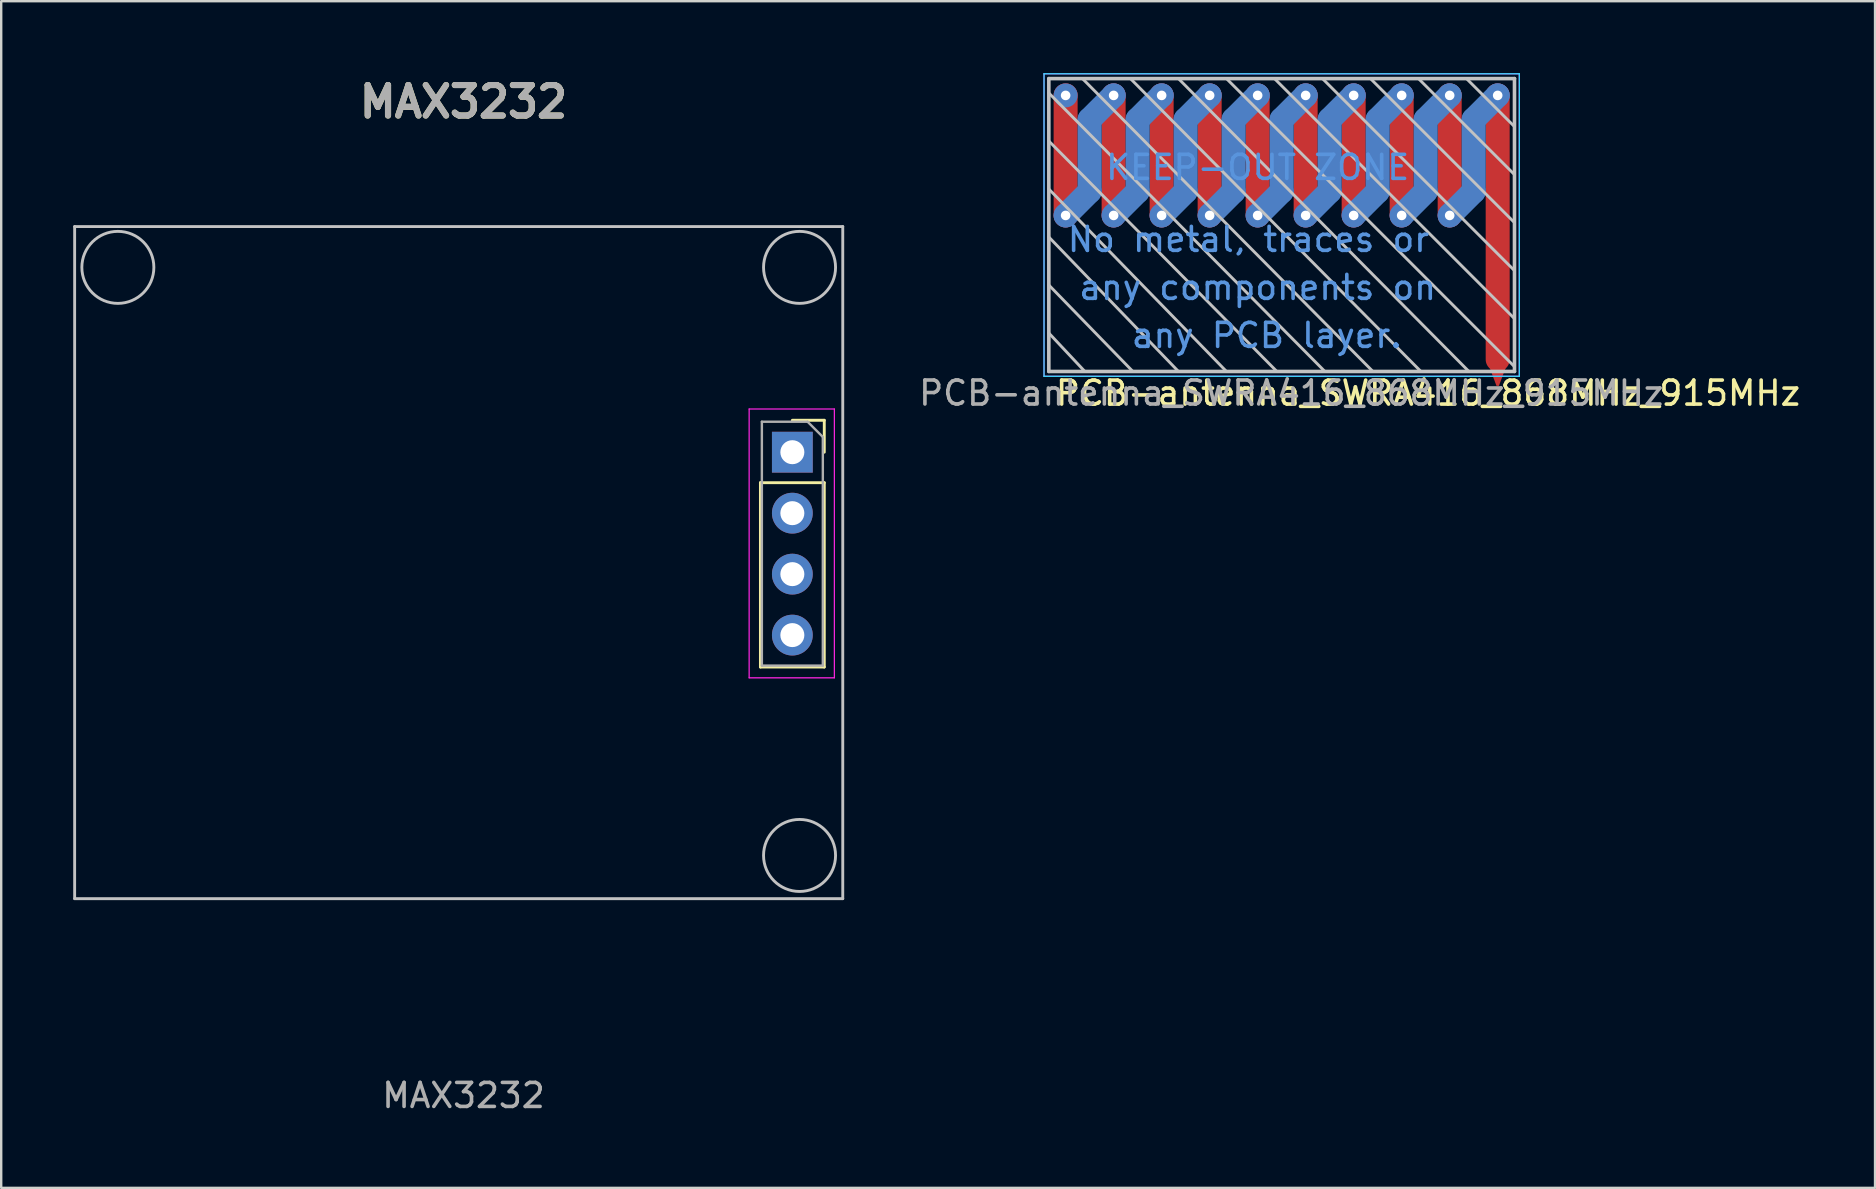
<source format=kicad_pcb>
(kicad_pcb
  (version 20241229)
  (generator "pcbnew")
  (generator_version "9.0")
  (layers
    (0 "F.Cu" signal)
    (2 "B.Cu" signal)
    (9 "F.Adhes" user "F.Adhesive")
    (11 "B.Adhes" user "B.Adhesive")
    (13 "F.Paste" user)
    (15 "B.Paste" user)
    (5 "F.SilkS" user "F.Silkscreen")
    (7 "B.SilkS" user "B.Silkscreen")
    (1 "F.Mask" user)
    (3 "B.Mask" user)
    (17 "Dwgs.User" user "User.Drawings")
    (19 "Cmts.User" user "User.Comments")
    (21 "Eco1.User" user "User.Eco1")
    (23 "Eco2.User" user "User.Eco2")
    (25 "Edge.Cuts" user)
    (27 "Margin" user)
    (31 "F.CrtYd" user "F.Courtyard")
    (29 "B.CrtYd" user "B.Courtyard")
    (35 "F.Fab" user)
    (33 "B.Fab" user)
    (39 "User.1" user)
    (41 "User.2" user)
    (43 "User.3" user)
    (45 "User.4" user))
  (footprint "PCB-antenna_SWRA416_868MHz_915MHz"
    (layer "F.Cu")
    (at 50.345 6.725)
    (property "Reference" "PCB-antenna_SWRA416_868MHz_915MHz" (at 6.096 6.604 0) (layer "F.SilkS") (effects (font (size 1 1) (thickness 0.15))))
    (attr through_hole)
    (fp_line (start -9 -5.8) (end -9 -0.8) (stroke (width 1) (type solid)) (layer "F.Cu"))
    (fp_line (start -7 -5.8) (end -7 -0.8) (stroke (width 1) (type solid)) (layer "F.Cu"))
    (fp_line (start -5 -5.8) (end -5 -0.8) (stroke (width 1) (type solid)) (layer "F.Cu"))
    (fp_line (start -3 -5.8) (end -3 -0.8) (stroke (width 1) (type solid)) (layer "F.Cu"))
    (fp_line (start -1 -5.8) (end -1 -0.8) (stroke (width 1) (type solid)) (layer "F.Cu"))
    (fp_line (start 1 -5.8) (end 1 -0.8) (stroke (width 1) (type solid)) (layer "F.Cu"))
    (fp_line (start 3 -5.8) (end 3 -0.8) (stroke (width 1) (type solid)) (layer "F.Cu"))
    (fp_line (start 5 -5.8) (end 5 -0.8) (stroke (width 1) (type solid)) (layer "F.Cu"))
    (fp_line (start 7 -5.8) (end 7 -0.8) (stroke (width 1) (type solid)) (layer "F.Cu"))
    (fp_line (start 9 5.2) (end 9 -5.8) (stroke (width 1) (type solid)) (layer "F.Cu"))
    (fp_line (start -8 -4.8) (end -8 -1.8) (stroke (width 1) (type solid)) (layer "B.Cu"))
    (fp_line (start -8 -1.8) (end -9 -0.8) (stroke (width 1) (type solid)) (layer "B.Cu"))
    (fp_line (start -7 -5.8) (end -8 -4.8) (stroke (width 1) (type solid)) (layer "B.Cu"))
    (fp_line (start -6 -4.8) (end -6 -1.8) (stroke (width 1) (type solid)) (layer "B.Cu"))
    (fp_line (start -6 -1.8) (end -7 -0.8) (stroke (width 1) (type solid)) (layer "B.Cu"))
    (fp_line (start -5 -5.8) (end -6 -4.8) (stroke (width 1) (type solid)) (layer "B.Cu"))
    (fp_line (start -4 -4.8) (end -4 -1.8) (stroke (width 1) (type solid)) (layer "B.Cu"))
    (fp_line (start -4 -1.8) (end -5 -0.8) (stroke (width 1) (type solid)) (layer "B.Cu"))
    (fp_line (start -3 -5.8) (end -4 -4.8) (stroke (width 1) (type solid)) (layer "B.Cu"))
    (fp_line (start -2 -4.8) (end -2 -1.8) (stroke (width 1) (type solid)) (layer "B.Cu"))
    (fp_line (start -2 -1.8) (end -3 -0.8) (stroke (width 1) (type solid)) (layer "B.Cu"))
    (fp_line (start -1 -5.8) (end -2 -4.8) (stroke (width 1) (type solid)) (layer "B.Cu"))
    (fp_line (start 0 -4.8) (end 0 -1.8) (stroke (width 1) (type solid)) (layer "B.Cu"))
    (fp_line (start 0 -1.8) (end -1 -0.8) (stroke (width 1) (type solid)) (layer "B.Cu"))
    (fp_line (start 1 -5.8) (end 0 -4.8) (stroke (width 1) (type solid)) (layer "B.Cu"))
    (fp_line (start 2 -4.8) (end 2 -1.8) (stroke (width 1) (type solid)) (layer "B.Cu"))
    (fp_line (start 2 -1.8) (end 1 -0.8) (stroke (width 1) (type solid)) (layer "B.Cu"))
    (fp_line (start 3 -5.8) (end 2 -4.8) (stroke (width 1) (type solid)) (layer "B.Cu"))
    (fp_line (start 4 -4.8) (end 4 -1.8) (stroke (width 1) (type solid)) (layer "B.Cu"))
    (fp_line (start 4 -1.8) (end 3 -0.8) (stroke (width 1) (type solid)) (layer "B.Cu"))
    (fp_line (start 5 -5.8) (end 4 -4.8) (stroke (width 1) (type solid)) (layer "B.Cu"))
    (fp_line (start 6 -4.8) (end 6 -1.8) (stroke (width 1) (type solid)) (layer "B.Cu"))
    (fp_line (start 6 -1.8) (end 5 -0.8) (stroke (width 1) (type solid)) (layer "B.Cu"))
    (fp_line (start 7 -5.8) (end 6 -4.8) (stroke (width 1) (type solid)) (layer "B.Cu"))
    (fp_line (start 8 -4.8) (end 8 -1.8) (stroke (width 1) (type solid)) (layer "B.Cu"))
    (fp_line (start 8 -1.8) (end 7 -0.8) (stroke (width 1) (type solid)) (layer "B.Cu"))
    (fp_line (start 9 -5.8) (end 8 -4.8) (stroke (width 1) (type solid)) (layer "B.Cu"))
    (fp_line (start -9.7 -6.5) (end 9.7 -6.5) (stroke (width 0.15) (type solid)) (layer "Dwgs.User"))
    (fp_line (start -9.7 -5.9) (end 1.8 5.7) (stroke (width 0.12) (type solid)) (layer "Dwgs.User"))
    (fp_line (start -9.7 -3.9) (end -0.2 5.7) (stroke (width 0.12) (type solid)) (layer "Dwgs.User"))
    (fp_line (start -9.7 -1.9) (end -2.3 5.7) (stroke (width 0.12) (type solid)) (layer "Dwgs.User"))
    (fp_line (start -9.7 0.1) (end -4.3 5.7) (stroke (width 0.12) (type solid)) (layer "Dwgs.User"))
    (fp_line (start -9.7 2.1) (end -6.2 5.7) (stroke (width 0.12) (type solid)) (layer "Dwgs.User"))
    (fp_line (start -9.7 4.1) (end -8.2 5.7) (stroke (width 0.12) (type solid)) (layer "Dwgs.User"))
    (fp_line (start -9.7 5.7) (end -9.7 -6.5) (stroke (width 0.15) (type solid)) (layer "Dwgs.User"))
    (fp_line (start -8.3 -6.5) (end 3.8 5.7) (stroke (width 0.12) (type solid)) (layer "Dwgs.User"))
    (fp_line (start -6.3 -6.5) (end 5.8 5.7) (stroke (width 0.12) (type solid)) (layer "Dwgs.User"))
    (fp_line (start -4.3 -6.5) (end 7.8 5.7) (stroke (width 0.12) (type solid)) (layer "Dwgs.User"))
    (fp_line (start 9.7 -6.5) (end 9.7 5.7) (stroke (width 0.15) (type solid)) (layer "Dwgs.User"))
    (fp_line (start 9.7 -4.5) (end 7.7 -6.5) (stroke (width 0.12) (type solid)) (layer "Dwgs.User"))
    (fp_line (start 9.7 -2.5) (end 5.7 -6.5) (stroke (width 0.12) (type solid)) (layer "Dwgs.User"))
    (fp_line (start 9.7 -0.5) (end 3.7 -6.5) (stroke (width 0.12) (type solid)) (layer "Dwgs.User"))
    (fp_line (start 9.7 1.5) (end 1.7 -6.5) (stroke (width 0.12) (type solid)) (layer "Dwgs.User"))
    (fp_line (start 9.7 3.5) (end -0.3 -6.5) (stroke (width 0.12) (type solid)) (layer "Dwgs.User"))
    (fp_line (start 9.7 5.5) (end -2.3 -6.5) (stroke (width 0.12) (type solid)) (layer "Dwgs.User"))
    (fp_line (start 9.7 5.7) (end -9.7 5.7) (stroke (width 0.15) (type solid)) (layer "Dwgs.User"))
    (fp_line (start -9.9 -6.7) (end 9.9 -6.7) (stroke (width 0.05) (type solid)) (layer "B.CrtYd"))
    (fp_line (start -9.9 5.9) (end -9.9 -6.7) (stroke (width 0.05) (type solid)) (layer "B.CrtYd"))
    (fp_line (start 9.9 -6.7) (end 9.9 5.9) (stroke (width 0.05) (type solid)) (layer "B.CrtYd"))
    (fp_line (start 9.9 5.9) (end -9.9 5.9) (stroke (width 0.05) (type solid)) (layer "B.CrtYd"))
    (fp_line (start -9.9 -6.7) (end 9.9 -6.7) (stroke (width 0.05) (type solid)) (layer "F.CrtYd"))
    (fp_line (start -9.9 5.9) (end -9.9 -6.7) (stroke (width 0.05) (type solid)) (layer "F.CrtYd"))
    (fp_line (start 9.9 -6.7) (end 9.9 5.9) (stroke (width 0.05) (type solid)) (layer "F.CrtYd"))
    (fp_line (start 9.9 5.9) (end -9.9 5.9) (stroke (width 0.05) (type solid)) (layer "F.CrtYd"))
    (fp_text user "No metal, traces or " (at -1 0.2 0) (layer "Cmts.User") (effects (font (size 1 1) (thickness 0.15))))
    (fp_text user " any PCB layer." (at -1 4.2 0) (layer "Cmts.User") (effects (font (size 1 1) (thickness 0.15))))
    (fp_text user "any components on" (at -1 2.2 0) (layer "Cmts.User") (effects (font (size 1 1) (thickness 0.15))))
    (fp_text user "KEEP-OUT ZONE" (at -1 -2.8 0) (layer "Cmts.User") (effects (font (size 1 1) (thickness 0.15))))
    (fp_text user "${REFERENCE}" (at 0.4 6.6 0) (layer "F.Fab") (effects (font (size 1 1) (thickness 0.15))))
    (pad "" thru_hole circle (at -9 -5.8 180) (size 1 1) (drill 0.4) (layers "*.Cu"))
    (pad "" thru_hole circle (at -9 -0.8 180) (size 1 1) (drill 0.4) (layers "*.Cu"))
    (pad "" thru_hole circle (at -7 -5.8 180) (size 1 1) (drill 0.4) (layers "*.Cu"))
    (pad "" thru_hole circle (at -7 -0.8 180) (size 1 1) (drill 0.4) (layers "*.Cu"))
    (pad "" thru_hole circle (at -5 -5.8 180) (size 1 1) (drill 0.4) (layers "*.Cu"))
    (pad "" thru_hole circle (at -5 -0.8 180) (size 1 1) (drill 0.4) (layers "*.Cu"))
    (pad "" thru_hole circle (at -3 -5.8 180) (size 1 1) (drill 0.4) (layers "*.Cu"))
    (pad "" thru_hole circle (at -3 -0.8 180) (size 1 1) (drill 0.4) (layers "*.Cu"))
    (pad "" thru_hole circle (at -1 -5.8 180) (size 1 1) (drill 0.4) (layers "*.Cu"))
    (pad "" thru_hole circle (at -1 -0.8 180) (size 1 1) (drill 0.4) (layers "*.Cu"))
    (pad "" thru_hole circle (at 1 -5.8 180) (size 1 1) (drill 0.4) (layers "*.Cu"))
    (pad "" thru_hole circle (at 1 -0.8 180) (size 1 1) (drill 0.4) (layers "*.Cu"))
    (pad "" thru_hole circle (at 3 -5.8 180) (size 1 1) (drill 0.4) (layers "*.Cu"))
    (pad "" thru_hole circle (at 3 -0.8 180) (size 1 1) (drill 0.4) (layers "*.Cu"))
    (pad "" thru_hole circle (at 5 -5.8 180) (size 1 1) (drill 0.4) (layers "*.Cu"))
    (pad "" thru_hole circle (at 5 -0.8 180) (size 1 1) (drill 0.4) (layers "*.Cu"))
    (pad "" thru_hole circle (at 7 -5.8 180) (size 1 1) (drill 0.4) (layers "*.Cu"))
    (pad "" thru_hole circle (at 7 -0.8 180) (size 1 1) (drill 0.4) (layers "*.Cu"))
    (pad "" thru_hole circle (at 9 -5.8 180) (size 1 1) (drill 0.4) (layers "*.Cu"))
    (pad "1" smd trapezoid (at 9 5.9 180) (size 0.4 0.8) (rect_delta 0 0.3) (layers "F.Cu")))
  (footprint "MAX3232"
    (layer "F.Cu")
    (at 16.26 21.989)
    (property "Reference" "MAX3232" (at 0 -20.8 0) (layer "F.SilkS") (effects (font (size 1.27 1.27) (thickness 0.254))))
    (attr smd)
    (fp_line (start 12.37 -4.93) (end 12.37 2.75) (stroke (width 0.12) (type solid)) (layer "F.SilkS"))
    (fp_line (start 12.37 -4.93) (end 15.03 -4.93) (stroke (width 0.12) (type solid)) (layer "F.SilkS"))
    (fp_line (start 12.37 2.75) (end 15.03 2.75) (stroke (width 0.12) (type solid)) (layer "F.SilkS"))
    (fp_line (start 13.7 -7.53) (end 15.03 -7.53) (stroke (width 0.12) (type solid)) (layer "F.SilkS"))
    (fp_line (start 15.03 -7.53) (end 15.03 -6.2) (stroke (width 0.12) (type solid)) (layer "F.SilkS"))
    (fp_line (start 15.03 -4.93) (end 15.03 2.75) (stroke (width 0.12) (type solid)) (layer "F.SilkS"))
    (fp_line (start -16.2 -15.6) (end -16.2 12.4) (stroke (width 0.12) (type solid)) (layer "Dwgs.User"))
    (fp_line (start 15.8 -15.6) (end -16.2 -15.6) (stroke (width 0.12) (type solid)) (layer "Dwgs.User"))
    (fp_line (start 15.8 -15.6) (end 15.8 12.4) (stroke (width 0.12) (type solid)) (layer "Dwgs.User"))
    (fp_line (start 15.8 12.4) (end -16.2 12.4) (stroke (width 0.12) (type solid)) (layer "Dwgs.User"))
    (fp_circle (center -14.4 -13.9) (end -12.9 -13.9) (stroke (width 0.12) (type solid)) (fill no) (layer "Dwgs.User"))
    (fp_circle (center 14 -13.9) (end 15.5 -13.9) (stroke (width 0.12) (type solid)) (fill no) (layer "Dwgs.User"))
    (fp_circle (center 14 10.6) (end 15.5 10.6) (stroke (width 0.12) (type solid)) (fill no) (layer "Dwgs.User"))
    (fp_line (start 11.9 -8) (end 15.45 -8) (stroke (width 0.05) (type solid)) (layer "F.CrtYd"))
    (fp_line (start 11.9 3.2) (end 11.9 -8) (stroke (width 0.05) (type solid)) (layer "F.CrtYd"))
    (fp_line (start 15.45 -8) (end 15.45 3.2) (stroke (width 0.05) (type solid)) (layer "F.CrtYd"))
    (fp_line (start 15.45 3.2) (end 11.9 3.2) (stroke (width 0.05) (type solid)) (layer "F.CrtYd"))
    (fp_line (start 12.43 -7.47) (end 14.335 -7.47) (stroke (width 0.1) (type solid)) (layer "F.Fab"))
    (fp_line (start 12.43 2.69) (end 12.43 -7.47) (stroke (width 0.1) (type solid)) (layer "F.Fab"))
    (fp_line (start 14.335 -7.47) (end 14.97 -6.835) (stroke (width 0.1) (type solid)) (layer "F.Fab"))
    (fp_line (start 14.97 -6.835) (end 14.97 2.69) (stroke (width 0.1) (type solid)) (layer "F.Fab"))
    (fp_line (start 14.97 2.69) (end 12.43 2.69) (stroke (width 0.1) (type solid)) (layer "F.Fab"))
    (fp_text user "${REFERENCE}" (at 0 -20.8 0) (layer "F.Fab") (effects (font (size 1.27 1.27) (thickness 0.254))))
    (fp_text user "${REFERENCE}" (at 0 20.6 180) (layer "F.Fab") (effects (font (size 1 1) (thickness 0.15))))
    (pad "Gnd" thru_hole oval (at 13.7 1.42) (size 1.7 1.7) (drill 1) (layers "*.Cu" "*.Mask"))
    (pad "Rx" thru_hole oval (at 13.7 -3.66) (size 1.7 1.7) (drill 1) (layers "*.Cu" "*.Mask"))
    (pad "Tx" thru_hole oval (at 13.7 -1.12) (size 1.7 1.7) (drill 1) (layers "*.Cu" "*.Mask"))
    (pad "VCC" thru_hole rect (at 13.7 -6.2) (size 1.7 1.7) (drill 1) (layers "*.Cu" "*.Mask")))
  (gr_rect
    (start -3 -3)
    (end 75.066 46.437)
    (stroke (width 0.1) (type default))
    (fill no)
    (layer "Edge.Cuts")))
</source>
